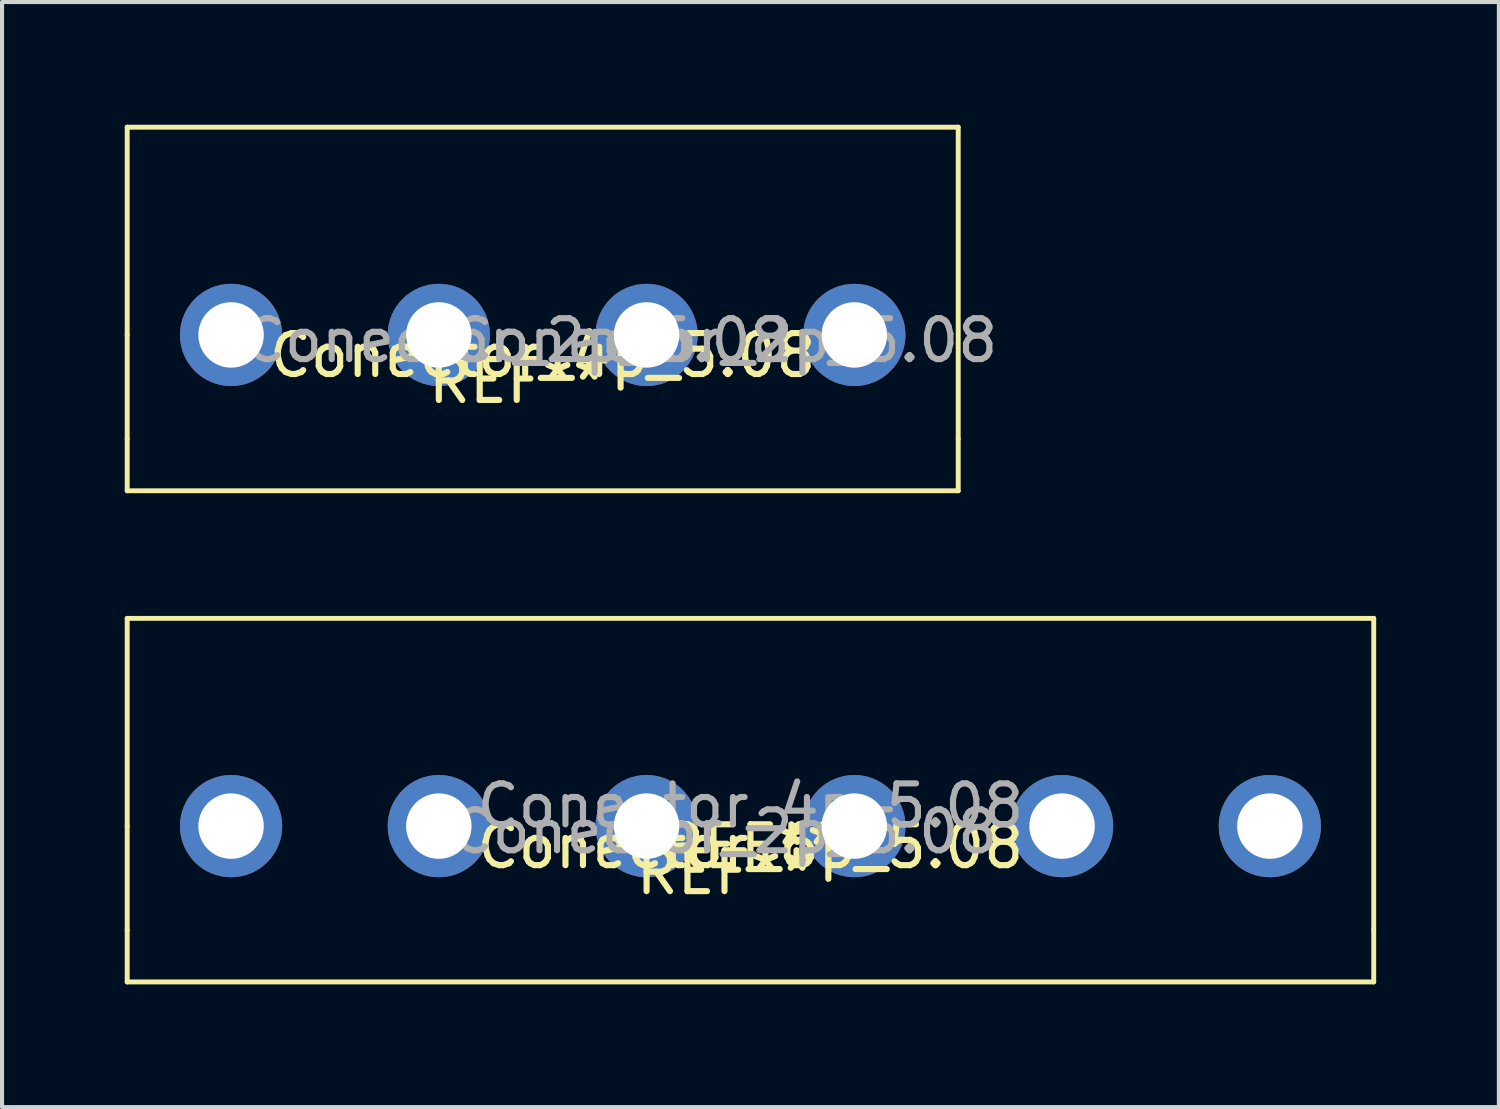
<source format=kicad_pcb>
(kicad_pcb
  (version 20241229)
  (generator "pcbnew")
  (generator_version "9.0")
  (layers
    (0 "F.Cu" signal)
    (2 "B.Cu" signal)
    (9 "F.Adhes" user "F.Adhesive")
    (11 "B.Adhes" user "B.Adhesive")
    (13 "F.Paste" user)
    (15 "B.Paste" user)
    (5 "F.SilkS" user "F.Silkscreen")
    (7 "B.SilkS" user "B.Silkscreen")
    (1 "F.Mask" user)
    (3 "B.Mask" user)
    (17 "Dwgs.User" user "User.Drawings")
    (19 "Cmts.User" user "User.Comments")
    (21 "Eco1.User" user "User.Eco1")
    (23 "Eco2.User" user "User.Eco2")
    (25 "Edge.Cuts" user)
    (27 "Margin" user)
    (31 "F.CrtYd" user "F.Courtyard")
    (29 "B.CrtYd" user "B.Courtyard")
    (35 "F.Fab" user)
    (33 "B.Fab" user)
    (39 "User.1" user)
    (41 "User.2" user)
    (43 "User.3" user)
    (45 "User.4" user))
  (footprint "Conector_6p_5.08"
    (layer "F.Cu")
    (at 15.3 17.15)
    (property "Reference" "Conector_6p_5.08" (at 0 0.5 0) (layer "F.SilkS") (effects (font (size 1 1) (thickness 0.15))))
    (attr through_hole)
    (fp_line (start -15.24 -5.08) (end 15.24 -5.08) (stroke (width 0.12) (type solid)) (layer "F.SilkS"))
    (fp_line (start -15.24 0) (end -15.24 -5.08) (stroke (width 0.12) (type solid)) (layer "F.SilkS"))
    (fp_line (start -15.24 0) (end -15.24 2.54) (stroke (width 0.12) (type solid)) (layer "F.SilkS"))
    (fp_line (start -15.24 2.54) (end -15.24 3.81) (stroke (width 0.12) (type solid)) (layer "F.SilkS"))
    (fp_line (start -15.24 3.81) (end 15.24 3.81) (stroke (width 0.12) (type solid)) (layer "F.SilkS"))
    (fp_line (start 15.24 -5.08) (end 15.24 2.54) (stroke (width 0.12) (type solid)) (layer "F.SilkS"))
    (fp_line (start 15.24 3.81) (end 15.24 2.54) (stroke (width 0.12) (type solid)) (layer "F.SilkS"))
    (fp_text user "REF**" (at 0 0.5 0) (layer "F.SilkS") (effects (font (size 1 1) (thickness 0.15))))
    (fp_text user "REF**" (at -0.635 1.135 0) (layer "F.SilkS") (effects (font (size 1 1) (thickness 0.15))))
    (fp_text user "Conector_2p_5.08" (at -0.635 0.135 0) (layer "F.Fab") (effects (font (size 1 1) (thickness 0.15))))
    (fp_text user "Conector_4p_5.08" (at 0 -0.5 0) (layer "F.Fab") (effects (font (size 1 1) (thickness 0.15))))
    (pad "1" thru_hole circle (at -12.7 0) (size 2.5 2.5) (drill 1.6) (layers "*.Cu" "*.Mask"))
    (pad "2" thru_hole circle (at -7.62 0) (size 2.5 2.5) (drill 1.6) (layers "*.Cu" "*.Mask"))
    (pad "3" thru_hole circle (at -2.54 0) (size 2.5 2.5) (drill 1.6) (layers "*.Cu" "*.Mask"))
    (pad "4" thru_hole circle (at 2.54 0) (size 2.5 2.5) (drill 1.6) (layers "*.Cu" "*.Mask"))
    (pad "5" thru_hole circle (at 7.62 0) (size 2.5 2.5) (drill 1.6) (layers "*.Cu" "*.Mask"))
    (pad "6" thru_hole circle (at 12.7 0) (size 2.5 2.5) (drill 1.6) (layers "*.Cu" "*.Mask")))
  (footprint "Conector_4p_5.08"
    (layer "F.Cu")
    (at 10.22 5.14)
    (property "Reference" "Conector_4p_5.08" (at 0 0.5 0) (layer "F.SilkS") (effects (font (size 1 1) (thickness 0.15))))
    (attr through_hole)
    (fp_line (start -10.16 -5.08) (end 10.16 -5.08) (stroke (width 0.12) (type solid)) (layer "F.SilkS"))
    (fp_line (start -10.16 0) (end -10.16 -5.08) (stroke (width 0.12) (type solid)) (layer "F.SilkS"))
    (fp_line (start -10.16 0) (end -10.16 2.54) (stroke (width 0.12) (type solid)) (layer "F.SilkS"))
    (fp_line (start -10.16 2.54) (end -10.16 3.81) (stroke (width 0.12) (type solid)) (layer "F.SilkS"))
    (fp_line (start -10.16 3.81) (end 10.16 3.81) (stroke (width 0.12) (type solid)) (layer "F.SilkS"))
    (fp_line (start 10.16 -5.08) (end 10.16 2.54) (stroke (width 0.12) (type solid)) (layer "F.SilkS"))
    (fp_line (start 10.16 2.54) (end 10.16 3.81) (stroke (width 0.12) (type solid)) (layer "F.SilkS"))
    (fp_text user "REF**" (at -0.635 1.135 0) (layer "F.SilkS") (effects (font (size 1 1) (thickness 0.15))))
    (fp_text user "Conector_2p_5.08" (at -0.635 0.135 0) (layer "F.Fab") (effects (font (size 1 1) (thickness 0.15))))
    (fp_text user "Conector_2p_5.08" (at 4.445 0.135 0) (layer "F.Fab") (effects (font (size 1 1) (thickness 0.15))))
    (pad "1" thru_hole circle (at -7.62 0) (size 2.5 2.5) (drill 1.6) (layers "*.Cu" "*.Mask"))
    (pad "2" thru_hole circle (at -2.54 0) (size 2.5 2.5) (drill 1.6) (layers "*.Cu" "*.Mask"))
    (pad "3" thru_hole circle (at 2.54 0) (size 2.5 2.5) (drill 1.6) (layers "*.Cu" "*.Mask"))
    (pad "4" thru_hole circle (at 7.62 0) (size 2.5 2.5) (drill 1.6) (layers "*.Cu" "*.Mask")))
  (gr_rect
    (start -3 -3)
    (end 33.6 24.02)
    (stroke (width 0.1) (type default))
    (fill no)
    (layer "Edge.Cuts")))
</source>
